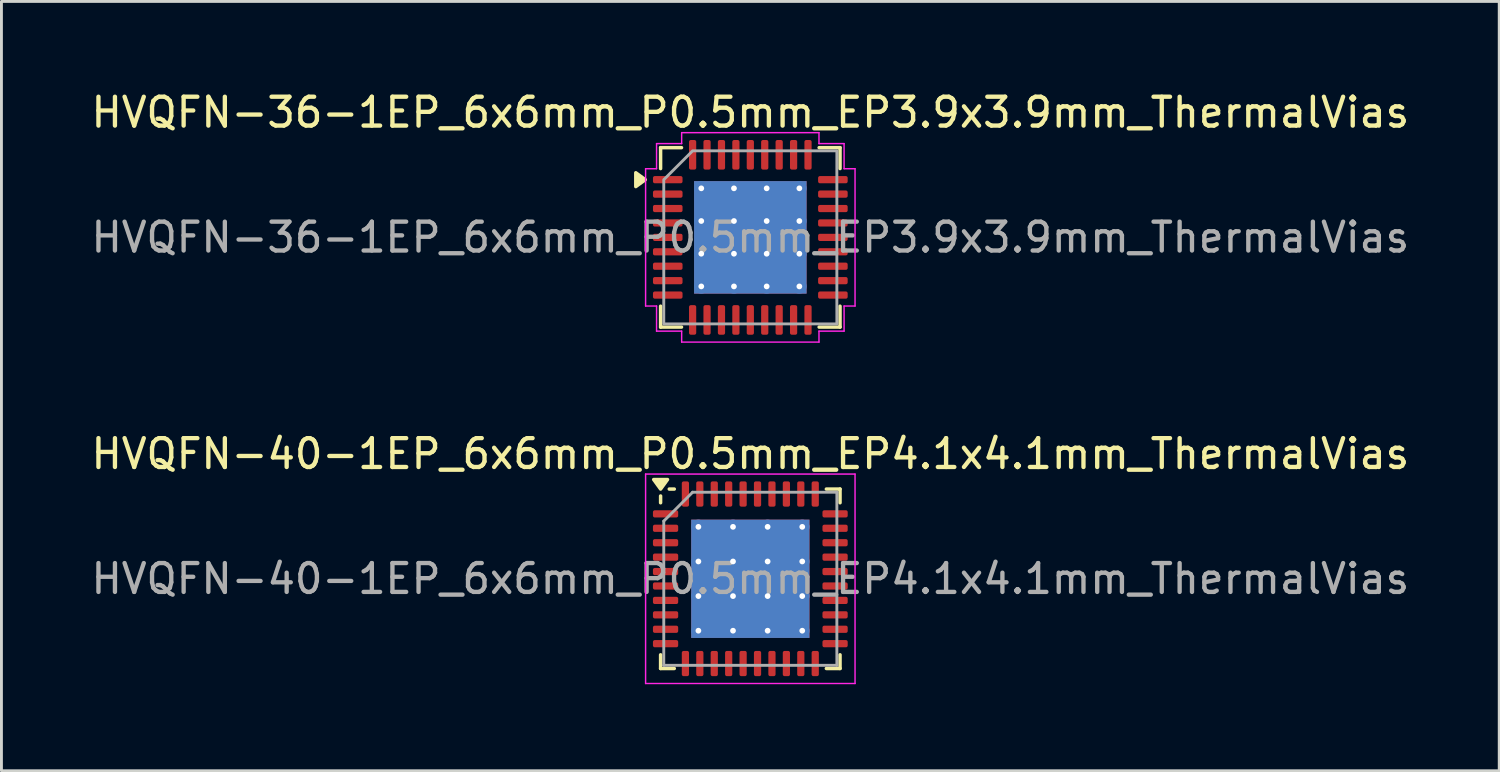
<source format=kicad_pcb>
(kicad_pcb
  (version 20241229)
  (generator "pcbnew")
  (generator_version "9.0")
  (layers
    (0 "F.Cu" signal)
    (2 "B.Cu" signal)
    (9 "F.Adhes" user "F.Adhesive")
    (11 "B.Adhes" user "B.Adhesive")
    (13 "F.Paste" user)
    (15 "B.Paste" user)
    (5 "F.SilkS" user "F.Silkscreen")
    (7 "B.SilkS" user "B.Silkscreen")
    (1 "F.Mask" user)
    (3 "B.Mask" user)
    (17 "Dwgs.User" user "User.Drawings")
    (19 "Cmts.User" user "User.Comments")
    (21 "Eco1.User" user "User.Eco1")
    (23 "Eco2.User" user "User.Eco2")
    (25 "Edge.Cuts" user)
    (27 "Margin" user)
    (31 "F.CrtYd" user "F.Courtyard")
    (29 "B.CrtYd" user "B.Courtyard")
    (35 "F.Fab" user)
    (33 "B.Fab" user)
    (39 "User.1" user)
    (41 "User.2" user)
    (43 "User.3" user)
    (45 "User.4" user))
  (footprint "HVQFN-36-1EP_6x6mm_P0.5mm_EP3.9x3.9mm_ThermalVias"
    (layer "F.Cu")
    (at 22.958 5.178)
    (property "Reference" "HVQFN-36-1EP_6x6mm_P0.5mm_EP3.9x3.9mm_ThermalVias" (at 0 -4.33 0) (layer "F.SilkS") (effects (font (size 1 1) (thickness 0.15))))
    (attr smd)
    (fp_line (start -3.11 -3.11) (end -2.385 -3.11) (stroke (width 0.12) (type solid)) (layer "F.SilkS"))
    (fp_line (start -3.11 -2.385) (end -3.11 -3.11) (stroke (width 0.12) (type solid)) (layer "F.SilkS"))
    (fp_line (start -3.11 3.11) (end -3.11 2.385) (stroke (width 0.12) (type solid)) (layer "F.SilkS"))
    (fp_line (start -2.385 3.11) (end -3.11 3.11) (stroke (width 0.12) (type solid)) (layer "F.SilkS"))
    (fp_line (start 2.385 -3.11) (end 3.11 -3.11) (stroke (width 0.12) (type solid)) (layer "F.SilkS"))
    (fp_line (start 3.11 -3.11) (end 3.11 -2.385) (stroke (width 0.12) (type solid)) (layer "F.SilkS"))
    (fp_line (start 3.11 2.385) (end 3.11 3.11) (stroke (width 0.12) (type solid)) (layer "F.SilkS"))
    (fp_line (start 3.11 3.11) (end 2.385 3.11) (stroke (width 0.12) (type solid)) (layer "F.SilkS"))
    (fp_poly (pts (xy -3.64 -2) (xy -3.97 -1.76) (xy -3.97 -2.24)) (stroke (width 0.12) (type solid)) (fill yes) (layer "F.SilkS"))
    (fp_line (start -3.63 -2.38) (end -3.25 -2.38) (stroke (width 0.05) (type solid)) (layer "F.CrtYd"))
    (fp_line (start -3.63 2.38) (end -3.63 -2.38) (stroke (width 0.05) (type solid)) (layer "F.CrtYd"))
    (fp_line (start -3.25 -3.25) (end -2.38 -3.25) (stroke (width 0.05) (type solid)) (layer "F.CrtYd"))
    (fp_line (start -3.25 -2.38) (end -3.25 -3.25) (stroke (width 0.05) (type solid)) (layer "F.CrtYd"))
    (fp_line (start -3.25 2.38) (end -3.63 2.38) (stroke (width 0.05) (type solid)) (layer "F.CrtYd"))
    (fp_line (start -3.25 3.25) (end -3.25 2.38) (stroke (width 0.05) (type solid)) (layer "F.CrtYd"))
    (fp_line (start -2.38 -3.63) (end 2.38 -3.63) (stroke (width 0.05) (type solid)) (layer "F.CrtYd"))
    (fp_line (start -2.38 -3.25) (end -2.38 -3.63) (stroke (width 0.05) (type solid)) (layer "F.CrtYd"))
    (fp_line (start -2.38 3.25) (end -3.25 3.25) (stroke (width 0.05) (type solid)) (layer "F.CrtYd"))
    (fp_line (start -2.38 3.63) (end -2.38 3.25) (stroke (width 0.05) (type solid)) (layer "F.CrtYd"))
    (fp_line (start 2.38 -3.63) (end 2.38 -3.25) (stroke (width 0.05) (type solid)) (layer "F.CrtYd"))
    (fp_line (start 2.38 -3.25) (end 3.25 -3.25) (stroke (width 0.05) (type solid)) (layer "F.CrtYd"))
    (fp_line (start 2.38 3.25) (end 2.38 3.63) (stroke (width 0.05) (type solid)) (layer "F.CrtYd"))
    (fp_line (start 2.38 3.63) (end -2.38 3.63) (stroke (width 0.05) (type solid)) (layer "F.CrtYd"))
    (fp_line (start 3.25 -3.25) (end 3.25 -2.38) (stroke (width 0.05) (type solid)) (layer "F.CrtYd"))
    (fp_line (start 3.25 -2.38) (end 3.63 -2.38) (stroke (width 0.05) (type solid)) (layer "F.CrtYd"))
    (fp_line (start 3.25 2.38) (end 3.25 3.25) (stroke (width 0.05) (type solid)) (layer "F.CrtYd"))
    (fp_line (start 3.25 3.25) (end 2.38 3.25) (stroke (width 0.05) (type solid)) (layer "F.CrtYd"))
    (fp_line (start 3.63 -2.38) (end 3.63 2.38) (stroke (width 0.05) (type solid)) (layer "F.CrtYd"))
    (fp_line (start 3.63 2.38) (end 3.25 2.38) (stroke (width 0.05) (type solid)) (layer "F.CrtYd"))
    (fp_poly (pts (xy -2 -3) (xy 3 -3) (xy 3 3) (xy -3 3) (xy -3 -2)) (stroke (width 0.1) (type solid)) (fill no) (layer "F.Fab"))
    (fp_text user "${REFERENCE}" (at 0 0 0) (layer "F.Fab") (effects (font (size 1 1) (thickness 0.15))))
    (pad "" smd roundrect (at -1.3 -1.3) (size 1.05 1.05) (layers "F.Paste") (roundrect_rratio 0.238))
    (pad "" smd roundrect (at -1.3 0) (size 1.05 1.05) (layers "F.Paste") (roundrect_rratio 0.238))
    (pad "" smd roundrect (at -1.3 1.3) (size 1.05 1.05) (layers "F.Paste") (roundrect_rratio 0.238))
    (pad "" smd roundrect (at 0 -1.3) (size 1.05 1.05) (layers "F.Paste") (roundrect_rratio 0.238))
    (pad "" smd roundrect (at 0 0) (size 1.05 1.05) (layers "F.Paste") (roundrect_rratio 0.238))
    (pad "" smd roundrect (at 0 1.3) (size 1.05 1.05) (layers "F.Paste") (roundrect_rratio 0.238))
    (pad "" smd roundrect (at 1.3 -1.3) (size 1.05 1.05) (layers "F.Paste") (roundrect_rratio 0.238))
    (pad "" smd roundrect (at 1.3 0) (size 1.05 1.05) (layers "F.Paste") (roundrect_rratio 0.238))
    (pad "" smd roundrect (at 1.3 1.3) (size 1.05 1.05) (layers "F.Paste") (roundrect_rratio 0.238))
    (pad "1" smd roundrect (at -2.862 -2) (size 1.025 0.25) (layers "F.Cu" "F.Mask" "F.Paste") (roundrect_rratio 0.25))
    (pad "2" smd roundrect (at -2.862 -1.5) (size 1.025 0.25) (layers "F.Cu" "F.Mask" "F.Paste") (roundrect_rratio 0.25))
    (pad "3" smd roundrect (at -2.862 -1) (size 1.025 0.25) (layers "F.Cu" "F.Mask" "F.Paste") (roundrect_rratio 0.25))
    (pad "4" smd roundrect (at -2.862 -0.5) (size 1.025 0.25) (layers "F.Cu" "F.Mask" "F.Paste") (roundrect_rratio 0.25))
    (pad "5" smd roundrect (at -2.862 0) (size 1.025 0.25) (layers "F.Cu" "F.Mask" "F.Paste") (roundrect_rratio 0.25))
    (pad "6" smd roundrect (at -2.862 0.5) (size 1.025 0.25) (layers "F.Cu" "F.Mask" "F.Paste") (roundrect_rratio 0.25))
    (pad "7" smd roundrect (at -2.862 1) (size 1.025 0.25) (layers "F.Cu" "F.Mask" "F.Paste") (roundrect_rratio 0.25))
    (pad "8" smd roundrect (at -2.862 1.5) (size 1.025 0.25) (layers "F.Cu" "F.Mask" "F.Paste") (roundrect_rratio 0.25))
    (pad "9" smd roundrect (at -2.862 2) (size 1.025 0.25) (layers "F.Cu" "F.Mask" "F.Paste") (roundrect_rratio 0.25))
    (pad "10" smd roundrect (at -2 2.862) (size 0.25 1.025) (layers "F.Cu" "F.Mask" "F.Paste") (roundrect_rratio 0.25))
    (pad "11" smd roundrect (at -1.5 2.862) (size 0.25 1.025) (layers "F.Cu" "F.Mask" "F.Paste") (roundrect_rratio 0.25))
    (pad "12" smd roundrect (at -1 2.862) (size 0.25 1.025) (layers "F.Cu" "F.Mask" "F.Paste") (roundrect_rratio 0.25))
    (pad "13" smd roundrect (at -0.5 2.862) (size 0.25 1.025) (layers "F.Cu" "F.Mask" "F.Paste") (roundrect_rratio 0.25))
    (pad "14" smd roundrect (at 0 2.862) (size 0.25 1.025) (layers "F.Cu" "F.Mask" "F.Paste") (roundrect_rratio 0.25))
    (pad "15" smd roundrect (at 0.5 2.862) (size 0.25 1.025) (layers "F.Cu" "F.Mask" "F.Paste") (roundrect_rratio 0.25))
    (pad "16" smd roundrect (at 1 2.862) (size 0.25 1.025) (layers "F.Cu" "F.Mask" "F.Paste") (roundrect_rratio 0.25))
    (pad "17" smd roundrect (at 1.5 2.862) (size 0.25 1.025) (layers "F.Cu" "F.Mask" "F.Paste") (roundrect_rratio 0.25))
    (pad "18" smd roundrect (at 2 2.862) (size 0.25 1.025) (layers "F.Cu" "F.Mask" "F.Paste") (roundrect_rratio 0.25))
    (pad "19" smd roundrect (at 2.862 2) (size 1.025 0.25) (layers "F.Cu" "F.Mask" "F.Paste") (roundrect_rratio 0.25))
    (pad "20" smd roundrect (at 2.862 1.5) (size 1.025 0.25) (layers "F.Cu" "F.Mask" "F.Paste") (roundrect_rratio 0.25))
    (pad "21" smd roundrect (at 2.862 1) (size 1.025 0.25) (layers "F.Cu" "F.Mask" "F.Paste") (roundrect_rratio 0.25))
    (pad "22" smd roundrect (at 2.862 0.5) (size 1.025 0.25) (layers "F.Cu" "F.Mask" "F.Paste") (roundrect_rratio 0.25))
    (pad "23" smd roundrect (at 2.862 0) (size 1.025 0.25) (layers "F.Cu" "F.Mask" "F.Paste") (roundrect_rratio 0.25))
    (pad "24" smd roundrect (at 2.862 -0.5) (size 1.025 0.25) (layers "F.Cu" "F.Mask" "F.Paste") (roundrect_rratio 0.25))
    (pad "25" smd roundrect (at 2.862 -1) (size 1.025 0.25) (layers "F.Cu" "F.Mask" "F.Paste") (roundrect_rratio 0.25))
    (pad "26" smd roundrect (at 2.862 -1.5) (size 1.025 0.25) (layers "F.Cu" "F.Mask" "F.Paste") (roundrect_rratio 0.25))
    (pad "27" smd roundrect (at 2.862 -2) (size 1.025 0.25) (layers "F.Cu" "F.Mask" "F.Paste") (roundrect_rratio 0.25))
    (pad "28" smd roundrect (at 2 -2.862) (size 0.25 1.025) (layers "F.Cu" "F.Mask" "F.Paste") (roundrect_rratio 0.25))
    (pad "29" smd roundrect (at 1.5 -2.862) (size 0.25 1.025) (layers "F.Cu" "F.Mask" "F.Paste") (roundrect_rratio 0.25))
    (pad "30" smd roundrect (at 1 -2.862) (size 0.25 1.025) (layers "F.Cu" "F.Mask" "F.Paste") (roundrect_rratio 0.25))
    (pad "31" smd roundrect (at 0.5 -2.862) (size 0.25 1.025) (layers "F.Cu" "F.Mask" "F.Paste") (roundrect_rratio 0.25))
    (pad "32" smd roundrect (at 0 -2.862) (size 0.25 1.025) (layers "F.Cu" "F.Mask" "F.Paste") (roundrect_rratio 0.25))
    (pad "33" smd roundrect (at -0.5 -2.862) (size 0.25 1.025) (layers "F.Cu" "F.Mask" "F.Paste") (roundrect_rratio 0.25))
    (pad "34" smd roundrect (at -1 -2.862) (size 0.25 1.025) (layers "F.Cu" "F.Mask" "F.Paste") (roundrect_rratio 0.25))
    (pad "35" smd roundrect (at -1.5 -2.862) (size 0.25 1.025) (layers "F.Cu" "F.Mask" "F.Paste") (roundrect_rratio 0.25))
    (pad "36" smd roundrect (at -2 -2.862) (size 0.25 1.025) (layers "F.Cu" "F.Mask" "F.Paste") (roundrect_rratio 0.25))
    (pad "37" thru_hole circle (at -1.7 -1.7) (size 0.5 0.5) (drill 0.2) (property pad_prop_heatsink) (layers "*.Cu"))
    (pad "37" thru_hole circle (at -1.7 -0.567) (size 0.5 0.5) (drill 0.2) (property pad_prop_heatsink) (layers "*.Cu"))
    (pad "37" thru_hole circle (at -1.7 0.567) (size 0.5 0.5) (drill 0.2) (property pad_prop_heatsink) (layers "*.Cu"))
    (pad "37" thru_hole circle (at -1.7 1.7) (size 0.5 0.5) (drill 0.2) (property pad_prop_heatsink) (layers "*.Cu"))
    (pad "37" thru_hole circle (at -0.567 -1.7) (size 0.5 0.5) (drill 0.2) (property pad_prop_heatsink) (layers "*.Cu"))
    (pad "37" thru_hole circle (at -0.567 -0.567) (size 0.5 0.5) (drill 0.2) (property pad_prop_heatsink) (layers "*.Cu"))
    (pad "37" thru_hole circle (at -0.567 0.567) (size 0.5 0.5) (drill 0.2) (property pad_prop_heatsink) (layers "*.Cu"))
    (pad "37" thru_hole circle (at -0.567 1.7) (size 0.5 0.5) (drill 0.2) (property pad_prop_heatsink) (layers "*.Cu"))
    (pad "37" smd rect (at 0 0) (size 3.9 3.9) (property pad_prop_heatsink) (layers "F.Cu" "F.Mask"))
    (pad "37" smd rect (at 0 0) (size 3.9 3.9) (property pad_prop_heatsink) (layers "B.Cu"))
    (pad "37" thru_hole circle (at 0.567 -1.7) (size 0.5 0.5) (drill 0.2) (property pad_prop_heatsink) (layers "*.Cu"))
    (pad "37" thru_hole circle (at 0.567 -0.567) (size 0.5 0.5) (drill 0.2) (property pad_prop_heatsink) (layers "*.Cu"))
    (pad "37" thru_hole circle (at 0.567 0.567) (size 0.5 0.5) (drill 0.2) (property pad_prop_heatsink) (layers "*.Cu"))
    (pad "37" thru_hole circle (at 0.567 1.7) (size 0.5 0.5) (drill 0.2) (property pad_prop_heatsink) (layers "*.Cu"))
    (pad "37" thru_hole circle (at 1.7 -1.7) (size 0.5 0.5) (drill 0.2) (property pad_prop_heatsink) (layers "*.Cu"))
    (pad "37" thru_hole circle (at 1.7 -0.567) (size 0.5 0.5) (drill 0.2) (property pad_prop_heatsink) (layers "*.Cu"))
    (pad "37" thru_hole circle (at 1.7 0.567) (size 0.5 0.5) (drill 0.2) (property pad_prop_heatsink) (layers "*.Cu"))
    (pad "37" thru_hole circle (at 1.7 1.7) (size 0.5 0.5) (drill 0.2) (property pad_prop_heatsink) (layers "*.Cu")))
  (footprint "HVQFN-40-1EP_6x6mm_P0.5mm_EP4.1x4.1mm_ThermalVias"
    (layer "F.Cu")
    (at 22.958 17.012)
    (property "Reference" "HVQFN-40-1EP_6x6mm_P0.5mm_EP4.1x4.1mm_ThermalVias" (at 0 -4.33 0) (layer "F.SilkS") (effects (font (size 1 1) (thickness 0.15))))
    (attr smd)
    (fp_line (start -3.11 -2.635) (end -3.11 -2.87) (stroke (width 0.12) (type solid)) (layer "F.SilkS"))
    (fp_line (start -3.11 3.11) (end -3.11 2.635) (stroke (width 0.12) (type solid)) (layer "F.SilkS"))
    (fp_line (start -2.635 -3.11) (end -2.81 -3.11) (stroke (width 0.12) (type solid)) (layer "F.SilkS"))
    (fp_line (start -2.635 3.11) (end -3.11 3.11) (stroke (width 0.12) (type solid)) (layer "F.SilkS"))
    (fp_line (start 2.635 -3.11) (end 3.11 -3.11) (stroke (width 0.12) (type solid)) (layer "F.SilkS"))
    (fp_line (start 2.635 3.11) (end 3.11 3.11) (stroke (width 0.12) (type solid)) (layer "F.SilkS"))
    (fp_line (start 3.11 -3.11) (end 3.11 -2.635) (stroke (width 0.12) (type solid)) (layer "F.SilkS"))
    (fp_line (start 3.11 3.11) (end 3.11 2.635) (stroke (width 0.12) (type solid)) (layer "F.SilkS"))
    (fp_poly (pts (xy -3.11 -3.11) (xy -3.35 -3.44) (xy -2.87 -3.44) (xy -3.11 -3.11)) (stroke (width 0.12) (type solid)) (fill yes) (layer "F.SilkS"))
    (fp_line (start -3.63 -3.63) (end -3.63 3.63) (stroke (width 0.05) (type solid)) (layer "F.CrtYd"))
    (fp_line (start -3.63 3.63) (end 3.63 3.63) (stroke (width 0.05) (type solid)) (layer "F.CrtYd"))
    (fp_line (start 3.63 -3.63) (end -3.63 -3.63) (stroke (width 0.05) (type solid)) (layer "F.CrtYd"))
    (fp_line (start 3.63 3.63) (end 3.63 -3.63) (stroke (width 0.05) (type solid)) (layer "F.CrtYd"))
    (fp_line (start -3 -2) (end -2 -3) (stroke (width 0.1) (type solid)) (layer "F.Fab"))
    (fp_line (start -3 3) (end -3 -2) (stroke (width 0.1) (type solid)) (layer "F.Fab"))
    (fp_line (start -2 -3) (end 3 -3) (stroke (width 0.1) (type solid)) (layer "F.Fab"))
    (fp_line (start 3 -3) (end 3 3) (stroke (width 0.1) (type solid)) (layer "F.Fab"))
    (fp_line (start 3 3) (end -3 3) (stroke (width 0.1) (type solid)) (layer "F.Fab"))
    (fp_text user "${REFERENCE}" (at 0 0 0) (layer "F.Fab") (effects (font (size 1 1) (thickness 0.15))))
    (pad "" smd roundrect (at -1.2 -1.2) (size 1.059 1.059) (layers "F.Paste") (roundrect_rratio 0.236))
    (pad "" smd roundrect (at -1.2 0) (size 1.059 1.059) (layers "F.Paste") (roundrect_rratio 0.236))
    (pad "" smd roundrect (at -1.2 1.2) (size 1.059 1.059) (layers "F.Paste") (roundrect_rratio 0.236))
    (pad "" smd roundrect (at 0 -1.2) (size 1.059 1.059) (layers "F.Paste") (roundrect_rratio 0.236))
    (pad "" smd roundrect (at 0 0) (size 1.059 1.059) (layers "F.Paste") (roundrect_rratio 0.236))
    (pad "" smd roundrect (at 0 1.2) (size 1.059 1.059) (layers "F.Paste") (roundrect_rratio 0.236))
    (pad "" smd roundrect (at 1.2 -1.2) (size 1.059 1.059) (layers "F.Paste") (roundrect_rratio 0.236))
    (pad "" smd roundrect (at 1.2 0) (size 1.059 1.059) (layers "F.Paste") (roundrect_rratio 0.236))
    (pad "" smd roundrect (at 1.2 1.2) (size 1.059 1.059) (layers "F.Paste") (roundrect_rratio 0.236))
    (pad "1" smd roundrect (at -2.938 -2.25) (size 0.875 0.25) (layers "F.Cu" "F.Mask" "F.Paste") (roundrect_rratio 0.25))
    (pad "2" smd roundrect (at -2.938 -1.75) (size 0.875 0.25) (layers "F.Cu" "F.Mask" "F.Paste") (roundrect_rratio 0.25))
    (pad "3" smd roundrect (at -2.938 -1.25) (size 0.875 0.25) (layers "F.Cu" "F.Mask" "F.Paste") (roundrect_rratio 0.25))
    (pad "4" smd roundrect (at -2.938 -0.75) (size 0.875 0.25) (layers "F.Cu" "F.Mask" "F.Paste") (roundrect_rratio 0.25))
    (pad "5" smd roundrect (at -2.938 -0.25) (size 0.875 0.25) (layers "F.Cu" "F.Mask" "F.Paste") (roundrect_rratio 0.25))
    (pad "6" smd roundrect (at -2.938 0.25) (size 0.875 0.25) (layers "F.Cu" "F.Mask" "F.Paste") (roundrect_rratio 0.25))
    (pad "7" smd roundrect (at -2.938 0.75) (size 0.875 0.25) (layers "F.Cu" "F.Mask" "F.Paste") (roundrect_rratio 0.25))
    (pad "8" smd roundrect (at -2.938 1.25) (size 0.875 0.25) (layers "F.Cu" "F.Mask" "F.Paste") (roundrect_rratio 0.25))
    (pad "9" smd roundrect (at -2.938 1.75) (size 0.875 0.25) (layers "F.Cu" "F.Mask" "F.Paste") (roundrect_rratio 0.25))
    (pad "10" smd roundrect (at -2.938 2.25) (size 0.875 0.25) (layers "F.Cu" "F.Mask" "F.Paste") (roundrect_rratio 0.25))
    (pad "11" smd roundrect (at -2.25 2.938) (size 0.25 0.875) (layers "F.Cu" "F.Mask" "F.Paste") (roundrect_rratio 0.25))
    (pad "12" smd roundrect (at -1.75 2.938) (size 0.25 0.875) (layers "F.Cu" "F.Mask" "F.Paste") (roundrect_rratio 0.25))
    (pad "13" smd roundrect (at -1.25 2.938) (size 0.25 0.875) (layers "F.Cu" "F.Mask" "F.Paste") (roundrect_rratio 0.25))
    (pad "14" smd roundrect (at -0.75 2.938) (size 0.25 0.875) (layers "F.Cu" "F.Mask" "F.Paste") (roundrect_rratio 0.25))
    (pad "15" smd roundrect (at -0.25 2.938) (size 0.25 0.875) (layers "F.Cu" "F.Mask" "F.Paste") (roundrect_rratio 0.25))
    (pad "16" smd roundrect (at 0.25 2.938) (size 0.25 0.875) (layers "F.Cu" "F.Mask" "F.Paste") (roundrect_rratio 0.25))
    (pad "17" smd roundrect (at 0.75 2.938) (size 0.25 0.875) (layers "F.Cu" "F.Mask" "F.Paste") (roundrect_rratio 0.25))
    (pad "18" smd roundrect (at 1.25 2.938) (size 0.25 0.875) (layers "F.Cu" "F.Mask" "F.Paste") (roundrect_rratio 0.25))
    (pad "19" smd roundrect (at 1.75 2.938) (size 0.25 0.875) (layers "F.Cu" "F.Mask" "F.Paste") (roundrect_rratio 0.25))
    (pad "20" smd roundrect (at 2.25 2.938) (size 0.25 0.875) (layers "F.Cu" "F.Mask" "F.Paste") (roundrect_rratio 0.25))
    (pad "21" smd roundrect (at 2.938 2.25) (size 0.875 0.25) (layers "F.Cu" "F.Mask" "F.Paste") (roundrect_rratio 0.25))
    (pad "22" smd roundrect (at 2.938 1.75) (size 0.875 0.25) (layers "F.Cu" "F.Mask" "F.Paste") (roundrect_rratio 0.25))
    (pad "23" smd roundrect (at 2.938 1.25) (size 0.875 0.25) (layers "F.Cu" "F.Mask" "F.Paste") (roundrect_rratio 0.25))
    (pad "24" smd roundrect (at 2.938 0.75) (size 0.875 0.25) (layers "F.Cu" "F.Mask" "F.Paste") (roundrect_rratio 0.25))
    (pad "25" smd roundrect (at 2.938 0.25) (size 0.875 0.25) (layers "F.Cu" "F.Mask" "F.Paste") (roundrect_rratio 0.25))
    (pad "26" smd roundrect (at 2.938 -0.25) (size 0.875 0.25) (layers "F.Cu" "F.Mask" "F.Paste") (roundrect_rratio 0.25))
    (pad "27" smd roundrect (at 2.938 -0.75) (size 0.875 0.25) (layers "F.Cu" "F.Mask" "F.Paste") (roundrect_rratio 0.25))
    (pad "28" smd roundrect (at 2.938 -1.25) (size 0.875 0.25) (layers "F.Cu" "F.Mask" "F.Paste") (roundrect_rratio 0.25))
    (pad "29" smd roundrect (at 2.938 -1.75) (size 0.875 0.25) (layers "F.Cu" "F.Mask" "F.Paste") (roundrect_rratio 0.25))
    (pad "30" smd roundrect (at 2.938 -2.25) (size 0.875 0.25) (layers "F.Cu" "F.Mask" "F.Paste") (roundrect_rratio 0.25))
    (pad "31" smd roundrect (at 2.25 -2.938) (size 0.25 0.875) (layers "F.Cu" "F.Mask" "F.Paste") (roundrect_rratio 0.25))
    (pad "32" smd roundrect (at 1.75 -2.938) (size 0.25 0.875) (layers "F.Cu" "F.Mask" "F.Paste") (roundrect_rratio 0.25))
    (pad "33" smd roundrect (at 1.25 -2.938) (size 0.25 0.875) (layers "F.Cu" "F.Mask" "F.Paste") (roundrect_rratio 0.25))
    (pad "34" smd roundrect (at 0.75 -2.938) (size 0.25 0.875) (layers "F.Cu" "F.Mask" "F.Paste") (roundrect_rratio 0.25))
    (pad "35" smd roundrect (at 0.25 -2.938) (size 0.25 0.875) (layers "F.Cu" "F.Mask" "F.Paste") (roundrect_rratio 0.25))
    (pad "36" smd roundrect (at -0.25 -2.938) (size 0.25 0.875) (layers "F.Cu" "F.Mask" "F.Paste") (roundrect_rratio 0.25))
    (pad "37" smd roundrect (at -0.75 -2.938) (size 0.25 0.875) (layers "F.Cu" "F.Mask" "F.Paste") (roundrect_rratio 0.25))
    (pad "38" smd roundrect (at -1.25 -2.938) (size 0.25 0.875) (layers "F.Cu" "F.Mask" "F.Paste") (roundrect_rratio 0.25))
    (pad "39" smd roundrect (at -1.75 -2.938) (size 0.25 0.875) (layers "F.Cu" "F.Mask" "F.Paste") (roundrect_rratio 0.25))
    (pad "40" smd roundrect (at -2.25 -2.938) (size 0.25 0.875) (layers "F.Cu" "F.Mask" "F.Paste") (roundrect_rratio 0.25))
    (pad "41" thru_hole circle (at -1.8 -1.8) (size 0.5 0.5) (drill 0.2) (property pad_prop_heatsink) (layers "*.Cu"))
    (pad "41" thru_hole circle (at -1.8 -0.6) (size 0.5 0.5) (drill 0.2) (property pad_prop_heatsink) (layers "*.Cu"))
    (pad "41" thru_hole circle (at -1.8 0.6) (size 0.5 0.5) (drill 0.2) (property pad_prop_heatsink) (layers "*.Cu"))
    (pad "41" thru_hole circle (at -1.8 1.8) (size 0.5 0.5) (drill 0.2) (property pad_prop_heatsink) (layers "*.Cu"))
    (pad "41" thru_hole circle (at -0.6 -1.8) (size 0.5 0.5) (drill 0.2) (property pad_prop_heatsink) (layers "*.Cu"))
    (pad "41" thru_hole circle (at -0.6 -0.6) (size 0.5 0.5) (drill 0.2) (property pad_prop_heatsink) (layers "*.Cu"))
    (pad "41" thru_hole circle (at -0.6 0.6) (size 0.5 0.5) (drill 0.2) (property pad_prop_heatsink) (layers "*.Cu"))
    (pad "41" thru_hole circle (at -0.6 1.8) (size 0.5 0.5) (drill 0.2) (property pad_prop_heatsink) (layers "*.Cu"))
    (pad "41" smd rect (at 0 0) (size 4.1 4.1) (property pad_prop_heatsink) (layers "F.Cu" "F.Mask"))
    (pad "41" smd rect (at 0 0) (size 4.1 4.1) (property pad_prop_heatsink) (layers "B.Cu"))
    (pad "41" thru_hole circle (at 0.6 -1.8) (size 0.5 0.5) (drill 0.2) (property pad_prop_heatsink) (layers "*.Cu"))
    (pad "41" thru_hole circle (at 0.6 -0.6) (size 0.5 0.5) (drill 0.2) (property pad_prop_heatsink) (layers "*.Cu"))
    (pad "41" thru_hole circle (at 0.6 0.6) (size 0.5 0.5) (drill 0.2) (property pad_prop_heatsink) (layers "*.Cu"))
    (pad "41" thru_hole circle (at 0.6 1.8) (size 0.5 0.5) (drill 0.2) (property pad_prop_heatsink) (layers "*.Cu"))
    (pad "41" thru_hole circle (at 1.8 -1.8) (size 0.5 0.5) (drill 0.2) (property pad_prop_heatsink) (layers "*.Cu"))
    (pad "41" thru_hole circle (at 1.8 -0.6) (size 0.5 0.5) (drill 0.2) (property pad_prop_heatsink) (layers "*.Cu"))
    (pad "41" thru_hole circle (at 1.8 0.6) (size 0.5 0.5) (drill 0.2) (property pad_prop_heatsink) (layers "*.Cu"))
    (pad "41" thru_hole circle (at 1.8 1.8) (size 0.5 0.5) (drill 0.2) (property pad_prop_heatsink) (layers "*.Cu")))
  (gr_rect
    (start -3 -3)
    (end 48.917 23.666)
    (stroke (width 0.1) (type default))
    (fill no)
    (layer "Edge.Cuts")))
</source>
